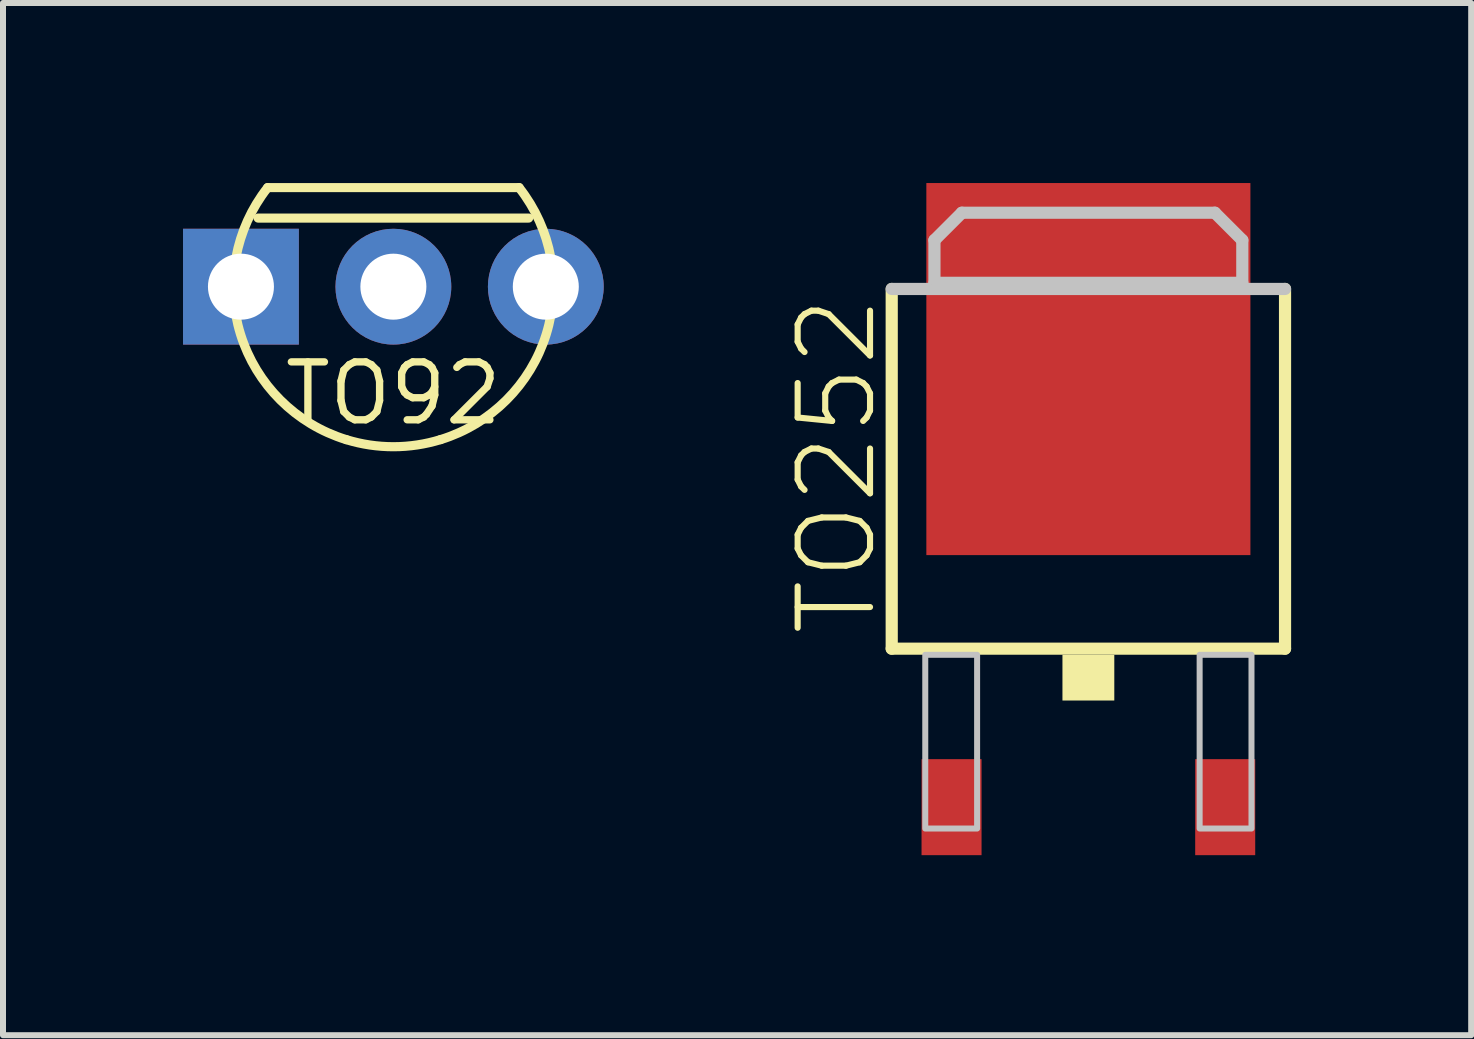
<source format=kicad_pcb>
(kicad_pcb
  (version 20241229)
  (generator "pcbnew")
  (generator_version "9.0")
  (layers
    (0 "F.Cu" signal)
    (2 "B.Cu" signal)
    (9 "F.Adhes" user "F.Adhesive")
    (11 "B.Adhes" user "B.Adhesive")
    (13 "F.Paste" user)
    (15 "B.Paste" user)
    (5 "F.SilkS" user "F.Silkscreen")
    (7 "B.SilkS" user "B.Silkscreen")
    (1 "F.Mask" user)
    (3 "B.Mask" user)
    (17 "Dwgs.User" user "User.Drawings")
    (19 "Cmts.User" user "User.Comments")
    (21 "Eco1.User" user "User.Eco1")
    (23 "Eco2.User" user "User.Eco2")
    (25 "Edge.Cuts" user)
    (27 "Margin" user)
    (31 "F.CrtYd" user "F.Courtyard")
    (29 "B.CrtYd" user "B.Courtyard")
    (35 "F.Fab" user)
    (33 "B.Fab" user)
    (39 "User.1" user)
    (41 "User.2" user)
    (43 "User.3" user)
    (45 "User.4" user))
  (footprint "TO252"
    (layer "F.Cu")
    (at 15.086 5.6)
    (property "Reference" "TO252" (at -4.191 -0.889 90) (layer "F.SilkS") (effects (font (size 1.206 1.206) (thickness 0.102))))
    (attr through_hole)
    (fp_line (start -3.277 2.159) (end -3.277 -3.835) (stroke (width 0.203) (type solid)) (layer "F.SilkS"))
    (fp_line (start 3.277 -3.835) (end 3.277 2.159) (stroke (width 0.203) (type solid)) (layer "F.SilkS"))
    (fp_line (start 3.277 2.159) (end -3.277 2.159) (stroke (width 0.203) (type solid)) (layer "F.SilkS"))
    (fp_poly (pts (xy -0.432 3.023) (xy 0.432 3.023) (xy 0.432 2.261) (xy -0.432 2.261)) (stroke (width 0) (type solid)) (fill yes) (layer "F.SilkS"))
    (fp_line (start -3.277 -3.835) (end 3.277 -3.835) (stroke (width 0.203) (type solid)) (layer "Dwgs.User"))
    (fp_line (start -2.565 -4.648) (end -2.108 -5.105) (stroke (width 0.203) (type solid)) (layer "Dwgs.User"))
    (fp_line (start -2.565 -3.937) (end -2.565 -4.648) (stroke (width 0.203) (type solid)) (layer "Dwgs.User"))
    (fp_line (start -2.108 -5.105) (end 2.108 -5.105) (stroke (width 0.203) (type solid)) (layer "Dwgs.User"))
    (fp_line (start 2.108 -5.105) (end 2.565 -4.648) (stroke (width 0.203) (type solid)) (layer "Dwgs.User"))
    (fp_line (start 2.565 -4.648) (end 2.565 -3.937) (stroke (width 0.203) (type solid)) (layer "Dwgs.User"))
    (fp_line (start 2.565 -3.937) (end -2.565 -3.937) (stroke (width 0.203) (type solid)) (layer "Dwgs.User"))
    (fp_poly (pts (xy -2.718 5.156) (xy -1.854 5.156) (xy -1.854 2.261) (xy -2.718 2.261)) (stroke (width 0.1) (type solid)) (fill no) (layer "Dwgs.User"))
    (fp_poly (pts (xy 1.854 5.156) (xy 2.718 5.156) (xy 2.718 2.261) (xy 1.854 2.261)) (stroke (width 0.1) (type solid)) (fill no) (layer "Dwgs.User"))
    (fp_poly (pts (xy -2.565 -3.937) (xy -2.565 -4.648) (xy -2.108 -5.105) (xy 2.108 -5.105) (xy 2.565 -4.648) (xy 2.565 -3.937)) (stroke (width 0.1) (type solid)) (fill no) (layer "Dwgs.User"))
    (pad "1" smd rect (at -2.28 4.8) (size 1 1.6) (layers "F.Cu" "F.Mask" "F.Paste"))
    (pad "2" smd rect (at 2.28 4.8) (size 1 1.6) (layers "F.Cu" "F.Mask" "F.Paste"))
    (pad "3" smd rect (at 0 -2.5) (size 5.4 6.2) (layers "F.Cu" "F.Mask" "F.Paste")))
  (footprint "TO92"
    (layer "F.Cu")
    (at 3.505 1.727)
    (property "Reference" "TO92" (at 0 1.778 0) (layer "F.SilkS") (effects (font (size 0.965 0.965) (thickness 0.122))))
    (attr through_hole)
    (fp_line (start 2.095 -1.651) (end -2.095 -1.651) (stroke (width 0.152) (type solid)) (layer "F.SilkS"))
    (fp_line (start 2.254 -1.143) (end -2.254 -1.143) (stroke (width 0.152) (type solid)) (layer "F.SilkS"))
    (fp_arc (start -0.7869 2.5484) (mid -2.546798 0.793168) (end -2.094999 -1.651001) (stroke (width 0.1524) (type solid)) (layer "F.SilkS"))
    (fp_arc (start 0.7864 2.5484) (mid 0.002303 2.666976) (end -0.781997 2.549755) (stroke (width 0.1524) (type solid)) (layer "F.SilkS"))
    (fp_arc (start 2.095 -1.651) (mid 2.546798 0.793169) (end 0.786898 2.5484) (stroke (width 0.1524) (type solid)) (layer "F.SilkS"))
    (pad "1" thru_hole rect (at -2.54 0) (size 1.93 1.93) (drill 1.1) (layers "*.Cu" "*.Mask"))
    (pad "2" thru_hole oval (at 0 0) (size 1.93 1.93) (drill 1.1) (layers "*.Cu" "*.Mask"))
    (pad "3" thru_hole oval (at 2.54 0) (size 1.93 1.93) (drill 1.1) (layers "*.Cu" "*.Mask")))
  (gr_rect
    (start -3 -3)
    (end 21.465 14.2)
    (stroke (width 0.1) (type default))
    (fill no)
    (layer "Edge.Cuts")))
</source>
